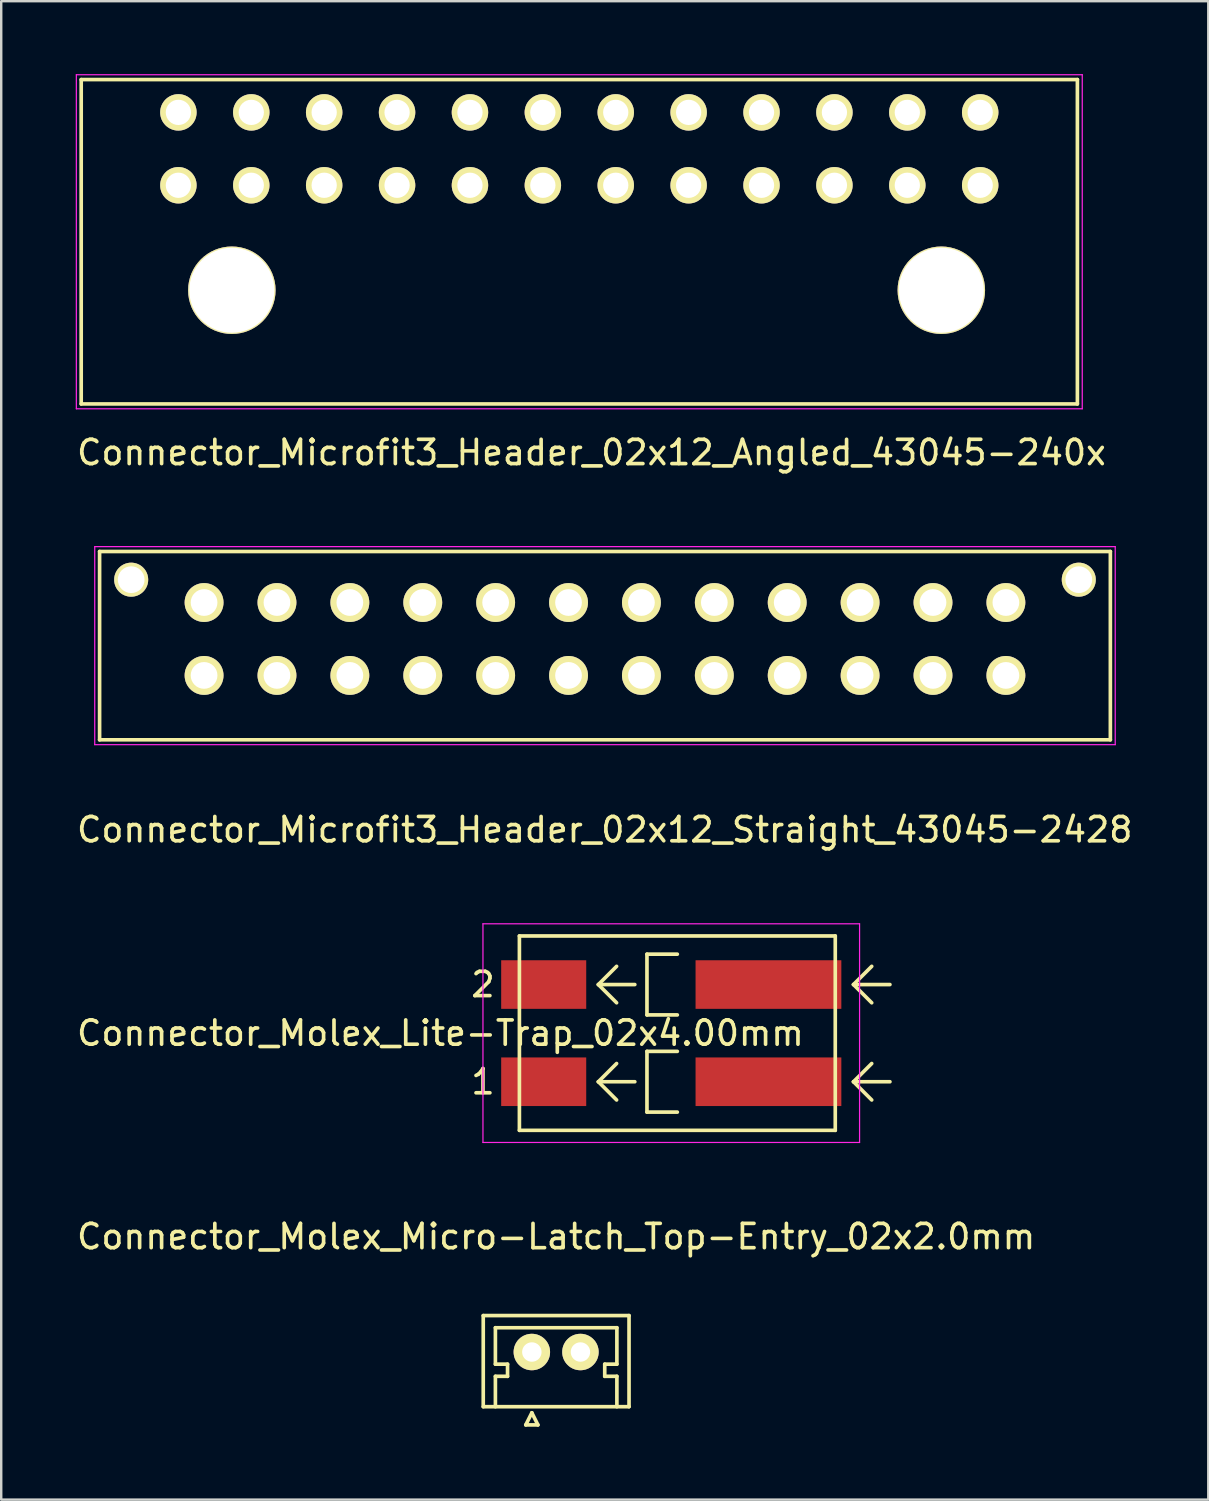
<source format=kicad_pcb>
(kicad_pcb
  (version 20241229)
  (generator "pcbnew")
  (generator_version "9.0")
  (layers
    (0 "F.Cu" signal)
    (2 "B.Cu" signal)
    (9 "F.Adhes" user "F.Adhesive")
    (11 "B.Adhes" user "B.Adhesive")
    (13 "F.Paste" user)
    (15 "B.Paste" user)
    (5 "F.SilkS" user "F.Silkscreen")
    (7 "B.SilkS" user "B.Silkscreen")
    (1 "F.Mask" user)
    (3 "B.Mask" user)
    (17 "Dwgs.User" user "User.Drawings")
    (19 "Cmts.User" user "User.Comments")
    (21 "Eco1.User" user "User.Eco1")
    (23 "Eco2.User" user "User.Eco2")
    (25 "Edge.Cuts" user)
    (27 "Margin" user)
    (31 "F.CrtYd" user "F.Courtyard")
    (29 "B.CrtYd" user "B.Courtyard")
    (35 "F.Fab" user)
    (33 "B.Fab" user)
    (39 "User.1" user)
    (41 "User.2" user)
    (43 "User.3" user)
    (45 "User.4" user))
  (footprint "Connector_Microfit3_Header_02x12_Straight_43045-2428"
    (layer "F.Cu")
    (at 38.349 24.748)
    (property "Reference" "Connector_Microfit3_Header_02x12_Straight_43045-2428" (at -16.51 6.35 0) (layer "F.SilkS") (effects (font (size 1 1) (thickness 0.15))))
    (attr through_hole)
    (fp_line (start -37.3 2.65) (end -37.3 -5.1) (stroke (width 0.15) (type solid)) (layer "F.SilkS"))
    (fp_line (start 4.3 -5.1) (end -37.3 -5.1) (stroke (width 0.15) (type solid)) (layer "F.SilkS"))
    (fp_line (start 4.3 2.65) (end -37.3 2.65) (stroke (width 0.15) (type solid)) (layer "F.SilkS"))
    (fp_line (start 4.3 2.65) (end 4.3 -5.1) (stroke (width 0.15) (type solid)) (layer "F.SilkS"))
    (fp_line (start -37.5 2.85) (end -37.5 -5.3) (stroke (width 0.05) (type solid)) (layer "F.CrtYd"))
    (fp_line (start 4.5 -5.3) (end -37.5 -5.3) (stroke (width 0.05) (type solid)) (layer "F.CrtYd"))
    (fp_line (start 4.5 2.85) (end -37.5 2.85) (stroke (width 0.05) (type solid)) (layer "F.CrtYd"))
    (fp_line (start 4.5 2.85) (end 4.5 -5.3) (stroke (width 0.05) (type solid)) (layer "F.CrtYd"))
    (pad "" thru_hole circle (at -36 -3.94) (size 1.4 1.4) (drill 1.1) (layers "*.Cu" "*.Mask" "F.SilkS"))
    (pad "" thru_hole circle (at 3 -3.94) (size 1.4 1.4) (drill 1.1) (layers "*.Cu" "*.Mask" "F.SilkS"))
    (pad "1" thru_hole circle (at 0 0) (size 1.6 1.6) (drill 1.1) (layers "*.Cu" "*.Mask" "F.SilkS"))
    (pad "2" thru_hole circle (at -3 0) (size 1.6 1.6) (drill 1.1) (layers "*.Cu" "*.Mask" "F.SilkS"))
    (pad "3" thru_hole circle (at -6 0) (size 1.6 1.6) (drill 1.1) (layers "*.Cu" "*.Mask" "F.SilkS"))
    (pad "4" thru_hole circle (at -9 0) (size 1.6 1.6) (drill 1.1) (layers "*.Cu" "*.Mask" "F.SilkS"))
    (pad "5" thru_hole circle (at -12 0) (size 1.6 1.6) (drill 1.1) (layers "*.Cu" "*.Mask" "F.SilkS"))
    (pad "6" thru_hole circle (at -15 0) (size 1.6 1.6) (drill 1.1) (layers "*.Cu" "*.Mask" "F.SilkS"))
    (pad "7" thru_hole circle (at -18 0) (size 1.6 1.6) (drill 1.1) (layers "*.Cu" "*.Mask" "F.SilkS"))
    (pad "8" thru_hole circle (at -21 0) (size 1.6 1.6) (drill 1.1) (layers "*.Cu" "*.Mask" "F.SilkS"))
    (pad "9" thru_hole circle (at -24 0) (size 1.6 1.6) (drill 1.1) (layers "*.Cu" "*.Mask" "F.SilkS"))
    (pad "10" thru_hole circle (at -27 0) (size 1.6 1.6) (drill 1.1) (layers "*.Cu" "*.Mask" "F.SilkS"))
    (pad "11" thru_hole circle (at -30 0) (size 1.6 1.6) (drill 1.1) (layers "*.Cu" "*.Mask" "F.SilkS"))
    (pad "12" thru_hole circle (at -33 0) (size 1.6 1.6) (drill 1.1) (layers "*.Cu" "*.Mask" "F.SilkS"))
    (pad "13" thru_hole circle (at 0 -3) (size 1.6 1.6) (drill 1.1) (layers "*.Cu" "*.Mask" "F.SilkS"))
    (pad "14" thru_hole circle (at -3 -3) (size 1.6 1.6) (drill 1.1) (layers "*.Cu" "*.Mask" "F.SilkS"))
    (pad "15" thru_hole circle (at -6 -3) (size 1.6 1.6) (drill 1.1) (layers "*.Cu" "*.Mask" "F.SilkS"))
    (pad "16" thru_hole circle (at -9 -3) (size 1.6 1.6) (drill 1.1) (layers "*.Cu" "*.Mask" "F.SilkS"))
    (pad "17" thru_hole circle (at -12 -3) (size 1.6 1.6) (drill 1.1) (layers "*.Cu" "*.Mask" "F.SilkS"))
    (pad "18" thru_hole circle (at -15 -3) (size 1.6 1.6) (drill 1.1) (layers "*.Cu" "*.Mask" "F.SilkS"))
    (pad "19" thru_hole circle (at -18 -3) (size 1.6 1.6) (drill 1.1) (layers "*.Cu" "*.Mask" "F.SilkS"))
    (pad "20" thru_hole circle (at -21 -3) (size 1.6 1.6) (drill 1.1) (layers "*.Cu" "*.Mask" "F.SilkS"))
    (pad "21" thru_hole circle (at -24 -3) (size 1.6 1.6) (drill 1.1) (layers "*.Cu" "*.Mask" "F.SilkS"))
    (pad "22" thru_hole circle (at -27 -3) (size 1.6 1.6) (drill 1.1) (layers "*.Cu" "*.Mask" "F.SilkS"))
    (pad "23" thru_hole circle (at -30 -3) (size 1.6 1.6) (drill 1.1) (layers "*.Cu" "*.Mask" "F.SilkS"))
    (pad "24" thru_hole circle (at -33 -3) (size 1.6 1.6) (drill 1.1) (layers "*.Cu" "*.Mask" "F.SilkS")))
  (footprint "Connector_Molex_Lite-Trap_02x4.00mm"
    (layer "F.Cu")
    (at 28.577 39.471)
    (property "Reference" "Connector_Molex_Lite-Trap_02x4.00mm" (at -13.5 0 0) (layer "F.SilkS") (effects (font (size 1 1) (thickness 0.15))))
    (attr through_hole)
    (fp_line (start -10.25 -4) (end 2.75 -4) (stroke (width 0.15) (type solid)) (layer "F.SilkS"))
    (fp_line (start -10.25 4) (end -10.25 -4) (stroke (width 0.15) (type solid)) (layer "F.SilkS"))
    (fp_line (start -7 -2) (end -6.25 -2.75) (stroke (width 0.15) (type solid)) (layer "F.SilkS"))
    (fp_line (start -7 -2) (end -6.25 -1.25) (stroke (width 0.15) (type solid)) (layer "F.SilkS"))
    (fp_line (start -7 -2) (end -5.5 -2) (stroke (width 0.15) (type solid)) (layer "F.SilkS"))
    (fp_line (start -7 2) (end -6.25 1.25) (stroke (width 0.15) (type solid)) (layer "F.SilkS"))
    (fp_line (start -7 2) (end -5.5 2) (stroke (width 0.15) (type solid)) (layer "F.SilkS"))
    (fp_line (start -6.25 2.75) (end -7 2) (stroke (width 0.15) (type solid)) (layer "F.SilkS"))
    (fp_line (start -5 -3.25) (end -5 -0.75) (stroke (width 0.15) (type solid)) (layer "F.SilkS"))
    (fp_line (start -5 -0.75) (end -3.75 -0.75) (stroke (width 0.15) (type solid)) (layer "F.SilkS"))
    (fp_line (start -5 0.75) (end -5 3.25) (stroke (width 0.15) (type solid)) (layer "F.SilkS"))
    (fp_line (start -5 3.25) (end -3.75 3.25) (stroke (width 0.15) (type solid)) (layer "F.SilkS"))
    (fp_line (start -3.75 -3.25) (end -5 -3.25) (stroke (width 0.15) (type solid)) (layer "F.SilkS"))
    (fp_line (start -3.75 0.75) (end -5 0.75) (stroke (width 0.15) (type solid)) (layer "F.SilkS"))
    (fp_line (start 2.75 -4) (end 2.75 4) (stroke (width 0.15) (type solid)) (layer "F.SilkS"))
    (fp_line (start 2.75 4) (end -10.25 4) (stroke (width 0.15) (type solid)) (layer "F.SilkS"))
    (fp_line (start 3.5 -2) (end 4.25 -2.75) (stroke (width 0.15) (type solid)) (layer "F.SilkS"))
    (fp_line (start 3.5 -2) (end 4.25 -1.25) (stroke (width 0.15) (type solid)) (layer "F.SilkS"))
    (fp_line (start 3.5 -2) (end 5 -2) (stroke (width 0.15) (type solid)) (layer "F.SilkS"))
    (fp_line (start 3.5 2) (end 4.25 1.25) (stroke (width 0.15) (type solid)) (layer "F.SilkS"))
    (fp_line (start 3.5 2) (end 5 2) (stroke (width 0.15) (type solid)) (layer "F.SilkS"))
    (fp_line (start 4.25 2.75) (end 3.5 2) (stroke (width 0.15) (type solid)) (layer "F.SilkS"))
    (fp_line (start -11.75 -4.5) (end 3.75 -4.5) (stroke (width 0.05) (type solid)) (layer "F.CrtYd"))
    (fp_line (start -11.75 4.5) (end -11.75 -4.5) (stroke (width 0.05) (type solid)) (layer "F.CrtYd"))
    (fp_line (start 3.75 -4.5) (end 3.75 4.5) (stroke (width 0.05) (type solid)) (layer "F.CrtYd"))
    (fp_line (start 3.75 4.5) (end -11.75 4.5) (stroke (width 0.05) (type solid)) (layer "F.CrtYd"))
    (fp_text user "1" (at -11.75 2 0) (layer "F.SilkS") (effects (font (size 1 1) (thickness 0.15))))
    (fp_text user "2" (at -11.75 -2 0) (layer "F.SilkS") (effects (font (size 1 1) (thickness 0.15))))
    (pad "" smd rect (at 0 -2) (size 6 2) (layers "F.Cu" "F.Mask" "F.Paste"))
    (pad "" smd rect (at 0 2) (size 6 2) (layers "F.Cu" "F.Mask" "F.Paste"))
    (pad "1" smd rect (at -9.25 2) (size 3.5 2) (layers "F.Cu" "F.Mask" "F.Paste"))
    (pad "2" smd rect (at -9.25 -2) (size 3.5 2) (layers "F.Cu" "F.Mask" "F.Paste")))
  (footprint "Connector_Microfit3_Header_02x12_Angled_43045-240x"
    (layer "F.Cu")
    (at 37.292 4.575)
    (property "Reference" "Connector_Microfit3_Header_02x12_Angled_43045-240x" (at -16 11 0) (layer "F.SilkS") (effects (font (size 1 1) (thickness 0.15))))
    (attr through_hole)
    (fp_line (start -37 -4.35) (end 4 -4.35) (stroke (width 0.15) (type solid)) (layer "F.SilkS"))
    (fp_line (start -37 9) (end -37 -4.35) (stroke (width 0.15) (type solid)) (layer "F.SilkS"))
    (fp_line (start 4 -4.35) (end 4 9) (stroke (width 0.15) (type solid)) (layer "F.SilkS"))
    (fp_line (start 4 9) (end -37 9) (stroke (width 0.15) (type solid)) (layer "F.SilkS"))
    (fp_line (start -37.2 -4.55) (end -37.2 9.2) (stroke (width 0.05) (type solid)) (layer "F.CrtYd"))
    (fp_line (start -37.2 9.2) (end 4.2 9.2) (stroke (width 0.05) (type solid)) (layer "F.CrtYd"))
    (fp_line (start 4.2 -4.55) (end -37.2 -4.55) (stroke (width 0.05) (type solid)) (layer "F.CrtYd"))
    (fp_line (start 4.2 9.2) (end 4.2 -4.55) (stroke (width 0.05) (type solid)) (layer "F.CrtYd"))
    (pad "" thru_hole circle (at -30.8 4.32) (size 3.6 3.6) (drill 3.5) (layers "*.Cu" "*.Mask" "F.SilkS"))
    (pad "" thru_hole circle (at -1.6 4.32) (size 3.6 3.6) (drill 3.5) (layers "*.Cu" "*.Mask" "F.SilkS"))
    (pad "1" thru_hole circle (at 0 0) (size 1.5 1.5) (drill 1.04) (layers "*.Cu" "*.Mask" "F.SilkS"))
    (pad "2" thru_hole circle (at -3 0) (size 1.5 1.5) (drill 1.04) (layers "*.Cu" "*.Mask" "F.SilkS"))
    (pad "3" thru_hole circle (at -6 0) (size 1.5 1.5) (drill 1.04) (layers "*.Cu" "*.Mask" "F.SilkS"))
    (pad "4" thru_hole circle (at -9 0) (size 1.5 1.5) (drill 1.04) (layers "*.Cu" "*.Mask" "F.SilkS"))
    (pad "5" thru_hole circle (at -12 0) (size 1.5 1.5) (drill 1.04) (layers "*.Cu" "*.Mask" "F.SilkS"))
    (pad "6" thru_hole circle (at -15 0) (size 1.5 1.5) (drill 1.04) (layers "*.Cu" "*.Mask" "F.SilkS"))
    (pad "7" thru_hole circle (at -18 0) (size 1.5 1.5) (drill 1.04) (layers "*.Cu" "*.Mask" "F.SilkS"))
    (pad "8" thru_hole circle (at -21 0) (size 1.5 1.5) (drill 1.04) (layers "*.Cu" "*.Mask" "F.SilkS"))
    (pad "9" thru_hole circle (at -24 0) (size 1.5 1.5) (drill 1.04) (layers "*.Cu" "*.Mask" "F.SilkS"))
    (pad "10" thru_hole circle (at -27 0) (size 1.5 1.5) (drill 1.04) (layers "*.Cu" "*.Mask" "F.SilkS"))
    (pad "11" thru_hole circle (at -30 0) (size 1.5 1.5) (drill 1.04) (layers "*.Cu" "*.Mask" "F.SilkS"))
    (pad "12" thru_hole circle (at -33 0) (size 1.5 1.5) (drill 1.04) (layers "*.Cu" "*.Mask" "F.SilkS"))
    (pad "13" thru_hole circle (at 0 -3) (size 1.5 1.5) (drill 1.04) (layers "*.Cu" "*.Mask" "F.SilkS"))
    (pad "14" thru_hole circle (at -3 -3) (size 1.5 1.5) (drill 1.04) (layers "*.Cu" "*.Mask" "F.SilkS"))
    (pad "15" thru_hole circle (at -6 -3) (size 1.5 1.5) (drill 1.04) (layers "*.Cu" "*.Mask" "F.SilkS"))
    (pad "16" thru_hole circle (at -9 -3) (size 1.5 1.5) (drill 1.04) (layers "*.Cu" "*.Mask" "F.SilkS"))
    (pad "17" thru_hole circle (at -12 -3) (size 1.5 1.5) (drill 1.04) (layers "*.Cu" "*.Mask" "F.SilkS"))
    (pad "18" thru_hole circle (at -15 -3) (size 1.5 1.5) (drill 1.04) (layers "*.Cu" "*.Mask" "F.SilkS"))
    (pad "19" thru_hole circle (at -18 -3) (size 1.5 1.5) (drill 1.04) (layers "*.Cu" "*.Mask" "F.SilkS"))
    (pad "20" thru_hole circle (at -21 -3) (size 1.5 1.5) (drill 1.04) (layers "*.Cu" "*.Mask" "F.SilkS"))
    (pad "21" thru_hole circle (at -24 -3) (size 1.5 1.5) (drill 1.04) (layers "*.Cu" "*.Mask" "F.SilkS"))
    (pad "22" thru_hole circle (at -27 -3) (size 1.5 1.5) (drill 1.04) (layers "*.Cu" "*.Mask" "F.SilkS"))
    (pad "23" thru_hole circle (at -30 -3) (size 1.5 1.5) (drill 1.04) (layers "*.Cu" "*.Mask" "F.SilkS"))
    (pad "24" thru_hole circle (at -33 -3) (size 1.5 1.5) (drill 1.04) (layers "*.Cu" "*.Mask" "F.SilkS")))
  (footprint "Connector_Molex_Micro-Latch_Top-Entry_02x2.0mm"
    (layer "F.Cu")
    (at 19.839 52.595)
    (property "Reference" "Connector_Molex_Micro-Latch_Top-Entry_02x2.0mm" (at 0 -4.75 0) (layer "F.SilkS") (effects (font (size 1 1) (thickness 0.15))))
    (attr through_hole)
    (fp_line (start -3 -1.5) (end -3 2.25) (stroke (width 0.15) (type solid)) (layer "F.SilkS"))
    (fp_line (start -3 2.25) (end 3 2.25) (stroke (width 0.15) (type solid)) (layer "F.SilkS"))
    (fp_line (start -2.5 -1) (end -2.5 0.5) (stroke (width 0.15) (type solid)) (layer "F.SilkS"))
    (fp_line (start -2.5 0.5) (end -2 0.5) (stroke (width 0.15) (type solid)) (layer "F.SilkS"))
    (fp_line (start -2.5 1) (end -2.5 2.25) (stroke (width 0.15) (type solid)) (layer "F.SilkS"))
    (fp_line (start -2 0.5) (end -2 1) (stroke (width 0.15) (type solid)) (layer "F.SilkS"))
    (fp_line (start -2 1) (end -2.5 1) (stroke (width 0.15) (type solid)) (layer "F.SilkS"))
    (fp_line (start -1.25 3) (end -1 2.5) (stroke (width 0.15) (type solid)) (layer "F.SilkS"))
    (fp_line (start -1 2.5) (end -0.75 3) (stroke (width 0.15) (type solid)) (layer "F.SilkS"))
    (fp_line (start -0.75 3) (end -1.25 3) (stroke (width 0.15) (type solid)) (layer "F.SilkS"))
    (fp_line (start 2 0.5) (end 2 1) (stroke (width 0.15) (type solid)) (layer "F.SilkS"))
    (fp_line (start 2 1) (end 2.5 1) (stroke (width 0.15) (type solid)) (layer "F.SilkS"))
    (fp_line (start 2.5 -1) (end -2.5 -1) (stroke (width 0.15) (type solid)) (layer "F.SilkS"))
    (fp_line (start 2.5 -1) (end 2.5 0.5) (stroke (width 0.15) (type solid)) (layer "F.SilkS"))
    (fp_line (start 2.5 0.5) (end 2 0.5) (stroke (width 0.15) (type solid)) (layer "F.SilkS"))
    (fp_line (start 2.5 1) (end 2.5 2.25) (stroke (width 0.15) (type solid)) (layer "F.SilkS"))
    (fp_line (start 3 -1.5) (end -3 -1.5) (stroke (width 0.15) (type solid)) (layer "F.SilkS"))
    (fp_line (start 3 -1.5) (end 3 2.25) (stroke (width 0.15) (type solid)) (layer "F.SilkS"))
    (pad "1" thru_hole circle (at -1 0) (size 1.5 1.5) (drill 0.8) (layers "*.Cu" "*.Mask" "F.SilkS"))
    (pad "2" thru_hole circle (at 1 0) (size 1.5 1.5) (drill 0.8) (layers "*.Cu" "*.Mask" "F.SilkS")))
  (gr_rect
    (start -3 -3)
    (end 46.679 58.67)
    (stroke (width 0.1) (type default))
    (fill no)
    (layer "Edge.Cuts")))
</source>
